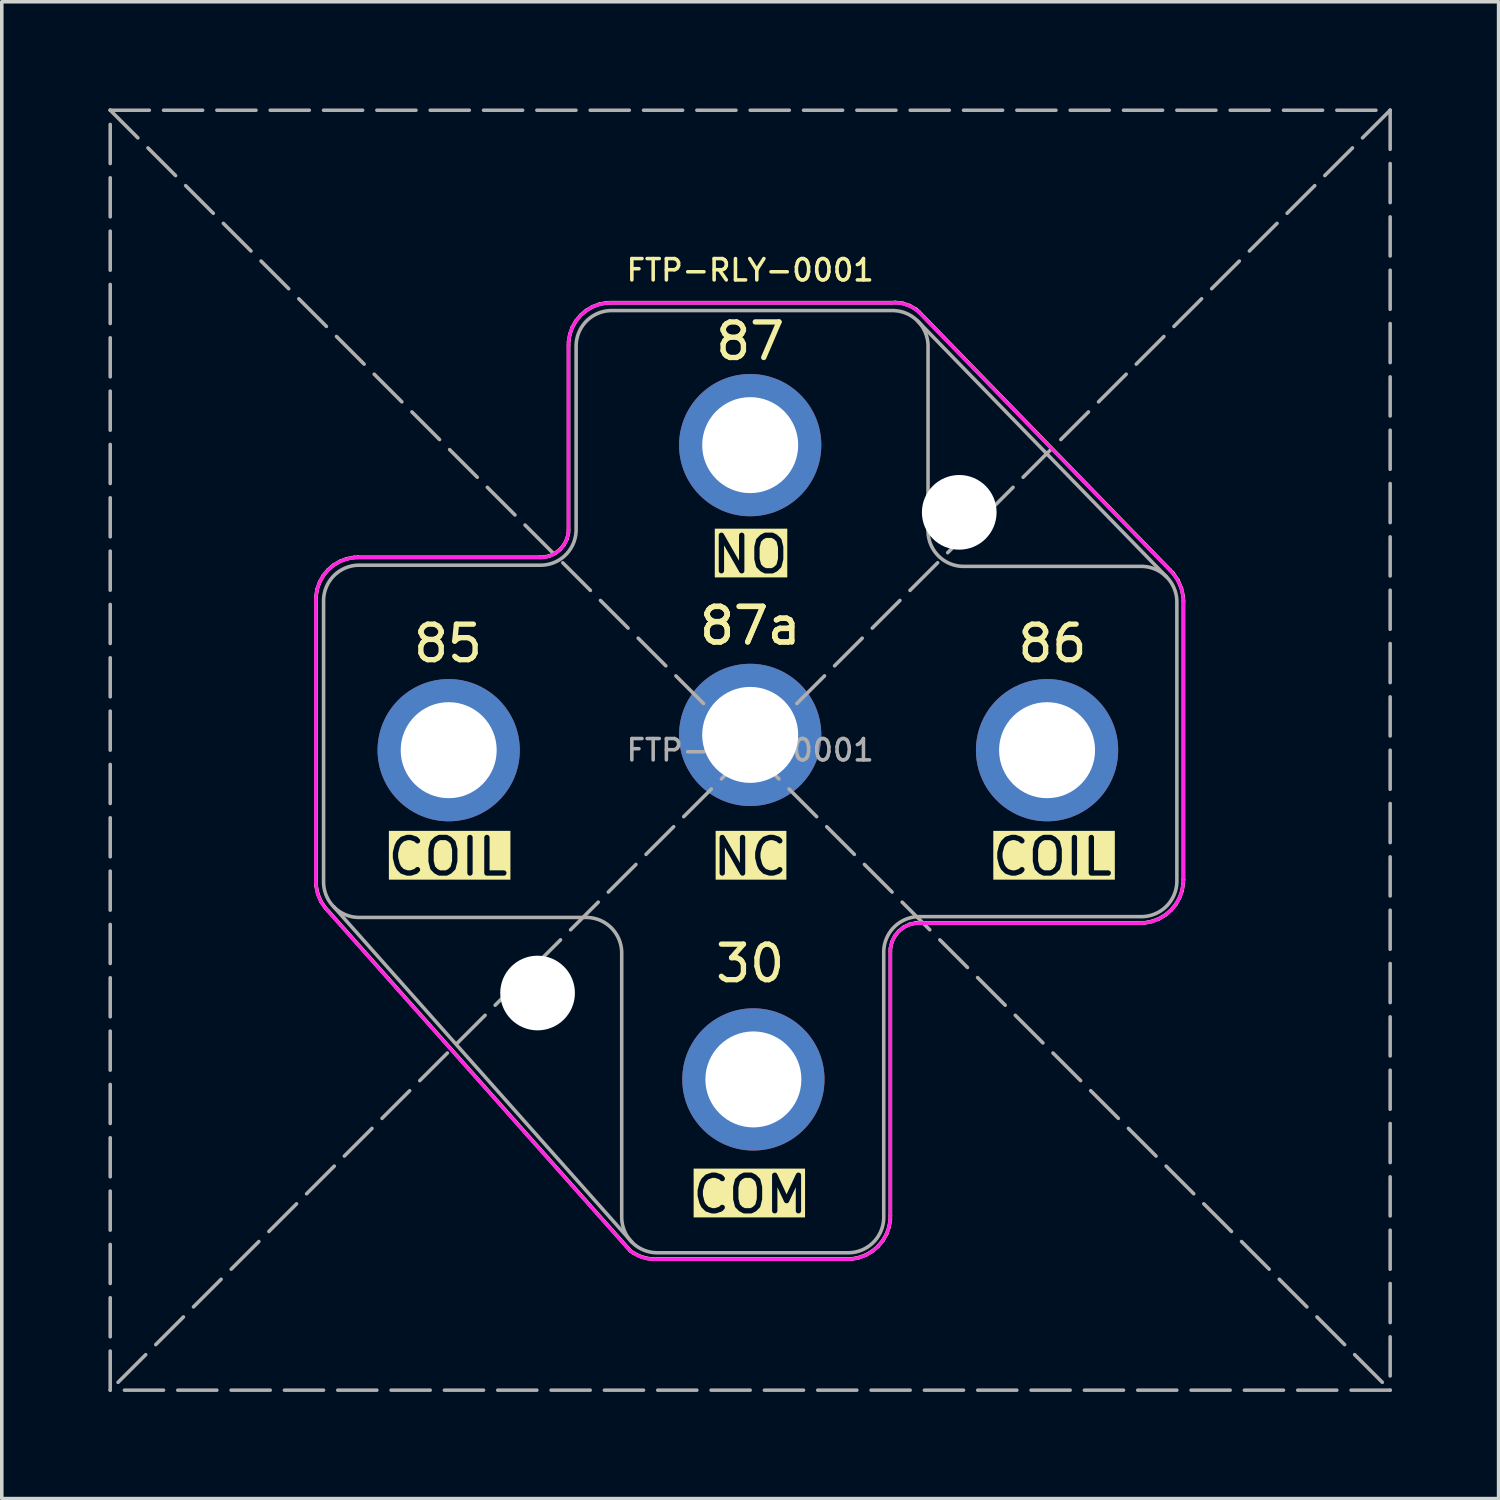
<source format=kicad_pcb>
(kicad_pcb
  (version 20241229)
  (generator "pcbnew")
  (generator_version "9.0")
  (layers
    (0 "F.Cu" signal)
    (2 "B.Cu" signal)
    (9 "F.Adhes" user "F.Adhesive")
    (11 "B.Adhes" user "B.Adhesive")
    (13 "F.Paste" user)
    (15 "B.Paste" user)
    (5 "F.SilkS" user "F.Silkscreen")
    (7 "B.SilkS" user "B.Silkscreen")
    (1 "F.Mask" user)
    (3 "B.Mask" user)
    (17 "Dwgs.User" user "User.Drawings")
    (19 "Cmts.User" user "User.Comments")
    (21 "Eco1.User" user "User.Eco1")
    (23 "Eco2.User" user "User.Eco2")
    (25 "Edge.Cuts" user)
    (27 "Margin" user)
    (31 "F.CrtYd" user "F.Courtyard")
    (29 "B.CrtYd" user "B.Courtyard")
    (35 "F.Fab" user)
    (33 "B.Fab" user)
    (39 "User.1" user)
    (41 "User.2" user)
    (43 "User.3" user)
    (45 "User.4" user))
  (footprint "FTP-RLY-0001"
    (layer "F.Cu")
    (at 18.05 18.05)
    (property "Reference" "FTP-RLY-0001" (at 0 -13.5 0) (unlocked yes) (layer "F.SilkS") (effects (font (size 0.6 0.6) (thickness 0.1))))
    (attr through_hole)
    (fp_line (start -12.212 -4.224) (end -12.211 -4.328) (stroke (width 0.1) (type default)) (layer "F.SilkS"))
    (fp_line (start -12.212 3.701) (end -12.212 -4.224) (stroke (width 0.1) (type default)) (layer "F.SilkS"))
    (fp_line (start -12.211 -4.328) (end -12.178 -4.533) (stroke (width 0.1) (type default)) (layer "F.SilkS"))
    (fp_line (start -12.209 3.816) (end -12.212 3.701) (stroke (width 0.1) (type default)) (layer "F.SilkS"))
    (fp_line (start -12.178 -4.533) (end -12.109 -4.728) (stroke (width 0.1) (type default)) (layer "F.SilkS"))
    (fp_line (start -12.162 4.041) (end -12.209 3.816) (stroke (width 0.1) (type default)) (layer "F.SilkS"))
    (fp_line (start -12.109 -4.728) (end -12.008 -4.909) (stroke (width 0.1) (type default)) (layer "F.SilkS"))
    (fp_line (start -12.073 4.253) (end -12.162 4.041) (stroke (width 0.1) (type default)) (layer "F.SilkS"))
    (fp_line (start -12.008 -4.909) (end -11.876 -5.07) (stroke (width 0.1) (type default)) (layer "F.SilkS"))
    (fp_line (start -11.944 4.444) (end -12.073 4.253) (stroke (width 0.1) (type default)) (layer "F.SilkS"))
    (fp_line (start -11.876 -5.07) (end -11.719 -5.205) (stroke (width 0.1) (type default)) (layer "F.SilkS"))
    (fp_line (start -11.864 4.527) (end -11.944 4.444) (stroke (width 0.1) (type default)) (layer "F.SilkS"))
    (fp_line (start -11.719 -5.205) (end -11.54 -5.31) (stroke (width 0.1) (type default)) (layer "F.SilkS"))
    (fp_line (start -11.54 -5.31) (end -11.346 -5.384) (stroke (width 0.1) (type default)) (layer "F.SilkS"))
    (fp_line (start -11.346 -5.384) (end -11.143 -5.422) (stroke (width 0.1) (type default)) (layer "F.SilkS"))
    (fp_line (start -11.143 -5.422) (end -11.039 -5.425) (stroke (width 0.1) (type default)) (layer "F.SilkS"))
    (fp_line (start -11.039 -5.425) (end -5.908 -5.425) (stroke (width 0.1) (type default)) (layer "F.SilkS"))
    (fp_line (start -5.908 -5.425) (end -5.819 -5.426) (stroke (width 0.1) (type default)) (layer "F.SilkS"))
    (fp_line (start -5.819 -5.426) (end -5.646 -5.463) (stroke (width 0.1) (type default)) (layer "F.SilkS"))
    (fp_line (start -5.646 -5.463) (end -5.486 -5.538) (stroke (width 0.1) (type default)) (layer "F.SilkS"))
    (fp_line (start -5.486 -5.538) (end -5.346 -5.646) (stroke (width 0.1) (type default)) (layer "F.SilkS"))
    (fp_line (start -5.346 -5.646) (end -5.233 -5.783) (stroke (width 0.1) (type default)) (layer "F.SilkS"))
    (fp_line (start -5.233 -5.783) (end -5.154 -5.941) (stroke (width 0.1) (type default)) (layer "F.SilkS"))
    (fp_line (start -5.154 -5.941) (end -5.112 -6.113) (stroke (width 0.1) (type default)) (layer "F.SilkS"))
    (fp_line (start -5.112 -6.113) (end -5.109 -6.201) (stroke (width 0.1) (type default)) (layer "F.SilkS"))
    (fp_line (start -5.109 -11.386) (end -5.108 -11.49) (stroke (width 0.1) (type default)) (layer "F.SilkS"))
    (fp_line (start -5.109 -6.201) (end -5.109 -11.386) (stroke (width 0.1) (type default)) (layer "F.SilkS"))
    (fp_line (start -5.108 -11.49) (end -5.073 -11.695) (stroke (width 0.1) (type default)) (layer "F.SilkS"))
    (fp_line (start -5.073 -11.695) (end -5.004 -11.891) (stroke (width 0.1) (type default)) (layer "F.SilkS"))
    (fp_line (start -5.004 -11.891) (end -4.902 -12.072) (stroke (width 0.1) (type default)) (layer "F.SilkS"))
    (fp_line (start -4.902 -12.072) (end -4.769 -12.233) (stroke (width 0.1) (type default)) (layer "F.SilkS"))
    (fp_line (start -4.769 -12.233) (end -4.611 -12.368) (stroke (width 0.1) (type default)) (layer "F.SilkS"))
    (fp_line (start -4.611 -12.368) (end -4.432 -12.473) (stroke (width 0.1) (type default)) (layer "F.SilkS"))
    (fp_line (start -4.432 -12.473) (end -4.237 -12.546) (stroke (width 0.1) (type default)) (layer "F.SilkS"))
    (fp_line (start -4.237 -12.546) (end -4.033 -12.584) (stroke (width 0.1) (type default)) (layer "F.SilkS"))
    (fp_line (start -4.033 -12.584) (end -3.929 -12.587) (stroke (width 0.1) (type default)) (layer "F.SilkS"))
    (fp_line (start -3.929 -12.587) (end 3.98 -12.587) (stroke (width 0.1) (type default)) (layer "F.SilkS"))
    (fp_line (start -3.376 14.074) (end -11.864 4.527) (stroke (width 0.1) (type default)) (layer "F.SilkS"))
    (fp_line (start -3.295 14.135) (end -3.376 14.074) (stroke (width 0.1) (type default)) (layer "F.SilkS"))
    (fp_line (start -3.116 14.229) (end -3.295 14.135) (stroke (width 0.1) (type default)) (layer "F.SilkS"))
    (fp_line (start -2.923 14.29) (end -3.116 14.229) (stroke (width 0.1) (type default)) (layer "F.SilkS"))
    (fp_line (start -2.723 14.316) (end -2.923 14.29) (stroke (width 0.1) (type default)) (layer "F.SilkS"))
    (fp_line (start -2.622 14.313) (end -2.723 14.316) (stroke (width 0.1) (type default)) (layer "F.SilkS"))
    (fp_line (start 2.744 14.313) (end -2.622 14.313) (stroke (width 0.1) (type default)) (layer "F.SilkS"))
    (fp_line (start 2.85 14.31) (end 2.744 14.313) (stroke (width 0.1) (type default)) (layer "F.SilkS"))
    (fp_line (start 3.058 14.271) (end 2.85 14.31) (stroke (width 0.1) (type default)) (layer "F.SilkS"))
    (fp_line (start 3.256 14.197) (end 3.058 14.271) (stroke (width 0.1) (type default)) (layer "F.SilkS"))
    (fp_line (start 3.438 14.09) (end 3.256 14.197) (stroke (width 0.1) (type default)) (layer "F.SilkS"))
    (fp_line (start 3.598 13.953) (end 3.438 14.09) (stroke (width 0.1) (type default)) (layer "F.SilkS"))
    (fp_line (start 3.733 13.79) (end 3.598 13.953) (stroke (width 0.1) (type default)) (layer "F.SilkS"))
    (fp_line (start 3.837 13.606) (end 3.733 13.79) (stroke (width 0.1) (type default)) (layer "F.SilkS"))
    (fp_line (start 3.907 13.407) (end 3.837 13.606) (stroke (width 0.1) (type default)) (layer "F.SilkS"))
    (fp_line (start 3.942 13.198) (end 3.907 13.407) (stroke (width 0.1) (type default)) (layer "F.SilkS"))
    (fp_line (start 3.943 5.662) (end 3.943 13.093) (stroke (width 0.1) (type default)) (layer "F.SilkS"))
    (fp_line (start 3.943 13.093) (end 3.942 13.198) (stroke (width 0.1) (type default)) (layer "F.SilkS"))
    (fp_line (start 3.945 5.571) (end 3.943 5.662) (stroke (width 0.1) (type default)) (layer "F.SilkS"))
    (fp_line (start 3.98 -12.587) (end 4.083 -12.593) (stroke (width 0.1) (type default)) (layer "F.SilkS"))
    (fp_line (start 3.986 5.396) (end 3.945 5.571) (stroke (width 0.1) (type default)) (layer "F.SilkS"))
    (fp_line (start 4.064 5.233) (end 3.986 5.396) (stroke (width 0.1) (type default)) (layer "F.SilkS"))
    (fp_line (start 4.083 -12.593) (end 4.288 -12.569) (stroke (width 0.1) (type default)) (layer "F.SilkS"))
    (fp_line (start 4.176 5.092) (end 4.064 5.233) (stroke (width 0.1) (type default)) (layer "F.SilkS"))
    (fp_line (start 4.288 -12.569) (end 4.484 -12.504) (stroke (width 0.1) (type default)) (layer "F.SilkS"))
    (fp_line (start 4.317 4.98) (end 4.176 5.092) (stroke (width 0.1) (type default)) (layer "F.SilkS"))
    (fp_line (start 4.48 4.901) (end 4.317 4.98) (stroke (width 0.1) (type default)) (layer "F.SilkS"))
    (fp_line (start 4.484 -12.504) (end 4.663 -12.401) (stroke (width 0.1) (type default)) (layer "F.SilkS"))
    (fp_line (start 4.656 4.861) (end 4.48 4.901) (stroke (width 0.1) (type default)) (layer "F.SilkS"))
    (fp_line (start 4.663 -12.401) (end 4.742 -12.334) (stroke (width 0.1) (type default)) (layer "F.SilkS"))
    (fp_line (start 4.742 -12.334) (end 11.808 -5.07) (stroke (width 0.1) (type default)) (layer "F.SilkS"))
    (fp_line (start 4.746 4.859) (end 4.656 4.861) (stroke (width 0.1) (type default)) (layer "F.SilkS"))
    (fp_line (start 10.99 4.859) (end 4.746 4.859) (stroke (width 0.1) (type default)) (layer "F.SilkS"))
    (fp_line (start 11.095 4.855) (end 10.99 4.859) (stroke (width 0.1) (type default)) (layer "F.SilkS"))
    (fp_line (start 11.301 4.816) (end 11.095 4.855) (stroke (width 0.1) (type default)) (layer "F.SilkS"))
    (fp_line (start 11.497 4.741) (end 11.301 4.816) (stroke (width 0.1) (type default)) (layer "F.SilkS"))
    (fp_line (start 11.678 4.634) (end 11.497 4.741) (stroke (width 0.1) (type default)) (layer "F.SilkS"))
    (fp_line (start 11.808 -5.07) (end 11.893 -4.982) (stroke (width 0.1) (type default)) (layer "F.SilkS"))
    (fp_line (start 11.838 4.498) (end 11.678 4.634) (stroke (width 0.1) (type default)) (layer "F.SilkS"))
    (fp_line (start 11.893 -4.982) (end 12.031 -4.78) (stroke (width 0.1) (type default)) (layer "F.SilkS"))
    (fp_line (start 11.971 4.336) (end 11.838 4.498) (stroke (width 0.1) (type default)) (layer "F.SilkS"))
    (fp_line (start 12.031 -4.78) (end 12.128 -4.556) (stroke (width 0.1) (type default)) (layer "F.SilkS"))
    (fp_line (start 12.075 4.153) (end 11.971 4.336) (stroke (width 0.1) (type default)) (layer "F.SilkS"))
    (fp_line (start 12.128 -4.556) (end 12.181 -4.317) (stroke (width 0.1) (type default)) (layer "F.SilkS"))
    (fp_line (start 12.146 3.956) (end 12.075 4.153) (stroke (width 0.1) (type default)) (layer "F.SilkS"))
    (fp_line (start 12.181 -4.317) (end 12.188 -4.195) (stroke (width 0.1) (type default)) (layer "F.SilkS"))
    (fp_line (start 12.182 3.749) (end 12.146 3.956) (stroke (width 0.1) (type default)) (layer "F.SilkS"))
    (fp_line (start 12.185 -4.195) (end 12.185 3.644) (stroke (width 0.1) (type default)) (layer "F.SilkS"))
    (fp_line (start 12.185 3.644) (end 12.182 3.749) (stroke (width 0.1) (type default)) (layer "F.SilkS"))
    (fp_line (start 12.188 3.644) (end 12.185 3.644) (stroke (width 0.1) (type default)) (layer "F.SilkS"))
    (fp_circle (center -8.48 0) (end -7.48 0) (stroke (width 0.1) (type solid)) (fill no) (layer "Dwgs.User"))
    (fp_circle (center -5.98 6.83) (end -5.48 6.83) (stroke (width 0.1) (type solid)) (fill no) (layer "Dwgs.User"))
    (fp_circle (center 0 -8.58) (end 1 -8.58) (stroke (width 0.1) (type solid)) (fill no) (layer "Dwgs.User"))
    (fp_circle (center 0 -0.43) (end 1 -0.43) (stroke (width 0.1) (type solid)) (fill no) (layer "Dwgs.User"))
    (fp_circle (center 0.09 9.26) (end 1.09 9.26) (stroke (width 0.1) (type solid)) (fill no) (layer "Dwgs.User"))
    (fp_circle (center 5.88 -6.69) (end 6.38 -6.69) (stroke (width 0.1) (type solid)) (fill no) (layer "Dwgs.User"))
    (fp_circle (center 8.35 0) (end 9.35 0) (stroke (width 0.1) (type solid)) (fill no) (layer "Dwgs.User"))
    (fp_line (start -12.215 -4.218) (end -12.215 3.707) (stroke (width 0.1) (type default)) (layer "F.CrtYd"))
    (fp_line (start -11.868 4.533) (end -3.379 14.08) (stroke (width 0.1) (type default)) (layer "F.CrtYd"))
    (fp_line (start -5.911 -5.42) (end -11.042 -5.42) (stroke (width 0.1) (type default)) (layer "F.CrtYd"))
    (fp_line (start -5.112 -11.38) (end -5.112 -6.195) (stroke (width 0.1) (type default)) (layer "F.CrtYd"))
    (fp_line (start -2.625 14.319) (end 2.741 14.319) (stroke (width 0.1) (type default)) (layer "F.CrtYd"))
    (fp_line (start 3.94 13.098) (end 3.94 5.667) (stroke (width 0.1) (type default)) (layer "F.CrtYd"))
    (fp_line (start 3.977 -12.581) (end -3.932 -12.581) (stroke (width 0.1) (type default)) (layer "F.CrtYd"))
    (fp_line (start 4.742 4.865) (end 10.986 4.865) (stroke (width 0.1) (type default)) (layer "F.CrtYd"))
    (fp_line (start 11.805 -5.064) (end 4.738 -12.328) (stroke (width 0.1) (type default)) (layer "F.CrtYd"))
    (fp_line (start 12.181 3.65) (end 12.185 3.65) (stroke (width 0.1) (type default)) (layer "F.CrtYd"))
    (fp_line (start 12.185 3.65) (end 12.185 -4.19) (stroke (width 0.1) (type default)) (layer "F.CrtYd"))
    (fp_arc (start -12.215441 -4.218346) (mid -11.867794 -5.071879) (end -11.04225 -5.419526) (stroke (width 0.1) (type default)) (layer "F.CrtYd"))
    (fp_arc (start -11.867706 4.532502) (mid -12.125839 4.147599) (end -12.215441 3.70698) (stroke (width 0.1) (type default)) (layer "F.CrtYd"))
    (fp_arc (start -5.112164 -11.380185) (mid -4.763606 -12.23237) (end -3.932345 -12.580929) (stroke (width 0.1) (type default)) (layer "F.CrtYd"))
    (fp_arc (start -5.112164 -6.195168) (mid -5.342653 -5.650015) (end -5.910804 -5.419526) (stroke (width 0.1) (type default)) (layer "F.CrtYd"))
    (fp_arc (start -2.624904 14.319071) (mid -3.119918 14.231809) (end -3.379125 14.079849) (stroke (width 0.1) (type default)) (layer "F.CrtYd"))
    (fp_arc (start 3.939982 5.66739) (mid 4.175 5.1) (end 4.742393 4.864981) (stroke (width 0.1) (type default)) (layer "F.CrtYd"))
    (fp_arc (start 3.939982 13.098351) (mid 3.585665 13.964754) (end 2.741149 14.319071) (stroke (width 0.1) (type default)) (layer "F.CrtYd"))
    (fp_arc (start 3.976977 -12.580929) (mid 4.452568 -12.507313) (end 4.738282 -12.328436) (stroke (width 0.1) (type default)) (layer "F.CrtYd"))
    (fp_arc (start 11.804825 -5.063985) (mid 12.087189 -4.643101) (end 12.184559 -4.18953) (stroke (width 0.1) (type default)) (layer "F.CrtYd"))
    (fp_arc (start 12.181234 3.649844) (mid 11.826757 4.507716) (end 10.986371 4.864981) (stroke (width 0.1) (type default)) (layer "F.CrtYd"))
    (fp_line (start -18 -18) (end 18 18) (stroke (width 0.1) (type dash)) (layer "F.Fab"))
    (fp_line (start -11.706 4.411) (end -3.321 13.842) (stroke (width 0.1) (type solid)) (layer "F.Fab"))
    (fp_line (start 4.709 -12.072) (end 11.708 -4.877) (stroke (width 0.1) (type solid)) (layer "F.Fab"))
    (fp_line (start 18 -18) (end -18 18) (stroke (width 0.1) (type dash)) (layer "F.Fab"))
    (fp_rect (start -18 -18) (end 18 18) (stroke (width 0.1) (type dash)) (fill no) (layer "F.Fab"))
    (fp_poly (pts (arc (start -10.999123 -5.203347) (mid -11.70623 -4.910454) (end -11.999123 -4.203347)) (arc (start -11.999123 3.703837) (mid -11.70623 4.410944) (end -10.999123 4.703837)) (arc (start -4.61362 4.703837) (mid -3.906513 4.99673) (end -3.61362 5.703837)) (arc (start -3.61362 13.13525) (mid -3.320727 13.842357) (end -2.61362 14.13525)) (arc (start 2.7563 14.13525) (mid 3.463407 13.842357) (end 3.7563 13.13525)) (arc (start 3.7563 5.68116) (mid 4.049193 4.974054) (end 4.7563 4.68116)) (arc (start 11.000877 4.68116) (mid 11.70798 4.38826) (end 12.000877 3.68116)) (arc (start 12.000877 -4.170197) (mid 11.707984 -4.877304) (end 11.000877 -5.170197)) (arc (start 6.002323 -5.170197) (mid 5.295216 -5.46309) (end 5.002323 -6.170197)) (arc (start 5.002323 -11.36475) (mid 4.709432 -12.071858) (end 4.002323 -12.36475)) (arc (start -3.895846 -12.36475) (mid -4.602953 -12.071857) (end -4.895846 -11.36475)) (arc (start -4.895846 -6.203347) (mid -5.188739 -5.49624) (end -5.895846 -5.203347))) (stroke (width 0.1) (type solid)) (fill no) (layer "F.Fab"))
    (fp_text user "87a" (at 0 -3.5 0) (unlocked yes) (layer "F.SilkS") (effects (font (size 1 1) (thickness 0.15))))
    (fp_text user "COIL" (at 8.5 3 0) (unlocked yes) (layer "F.SilkS" knockout) (effects (font (size 1 1) (thickness 0.15))))
    (fp_text user "NC" (at 0 3 0) (unlocked yes) (layer "F.SilkS" knockout) (effects (font (size 1 1) (thickness 0.15))))
    (fp_text user "85" (at -8.5 -3 0) (unlocked yes) (layer "F.SilkS") (effects (font (size 1 1) (thickness 0.15))))
    (fp_text user "COIL" (at -8.5 3 0) (unlocked yes) (layer "F.SilkS" knockout) (effects (font (size 1 1) (thickness 0.15))))
    (fp_text user "30" (at 0 6 0) (unlocked yes) (layer "F.SilkS") (effects (font (size 1 1) (thickness 0.15))))
    (fp_text user "NO" (at 0 -5.5 0) (unlocked yes) (layer "F.SilkS" knockout) (effects (font (size 1 1) (thickness 0.15))))
    (fp_text user "87a" (at 0 -3.5 0) (unlocked yes) (layer "F.SilkS") (effects (font (size 1 1) (thickness 0.15))))
    (fp_text user "86" (at 8.5 -3 0) (unlocked yes) (layer "F.SilkS") (effects (font (size 1 1) (thickness 0.15))))
    (fp_text user "COM" (at 0 12.5 0) (unlocked yes) (layer "F.SilkS" knockout) (effects (font (size 1 1) (thickness 0.15))))
    (fp_text user "87" (at 0 -11.5 0) (unlocked yes) (layer "F.SilkS") (effects (font (size 1 1) (thickness 0.15))))
    (fp_text user "${REFERENCE}" (at 0 0 0) (unlocked yes) (layer "F.Fab") (effects (font (size 0.6 0.6) (thickness 0.1) (bold yes))))
    (pad "" np_thru_hole circle (at -5.98 6.83) (size 2.1 2.1) (drill 2.1) (layers "*.Cu" "*.Mask"))
    (pad "" np_thru_hole circle (at 5.88 -6.69) (size 2.1 2.1) (drill 2.1) (layers "*.Cu" "*.Mask"))
    (pad "30" thru_hole circle (at 0.09 9.26) (size 4 4) (drill 2.7) (layers "*.Cu" "*.Mask"))
    (pad "85" thru_hole circle (at -8.48 0) (size 4 4) (drill 2.7) (layers "*.Cu" "*.Mask"))
    (pad "86" thru_hole circle (at 8.35 0) (size 4 4) (drill 2.7) (layers "*.Cu" "*.Mask"))
    (pad "87" thru_hole circle (at 0 -8.58) (size 4 4) (drill 2.7) (layers "*.Cu" "*.Mask"))
    (pad "87a" thru_hole circle (at 0 -0.43) (size 4 4) (drill 2.7) (layers "*.Cu" "*.Mask")))
  (gr_rect
    (start -3 -3)
    (end 39.1 39.1)
    (stroke (width 0.1) (type default))
    (fill no)
    (layer "Edge.Cuts")))
</source>
